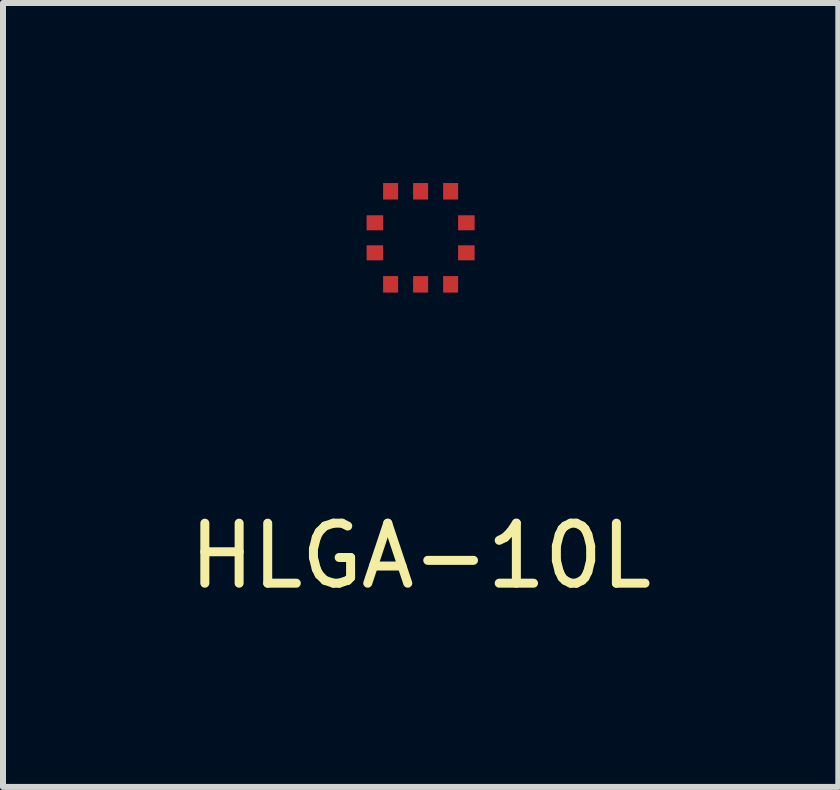
<source format=kicad_pcb>
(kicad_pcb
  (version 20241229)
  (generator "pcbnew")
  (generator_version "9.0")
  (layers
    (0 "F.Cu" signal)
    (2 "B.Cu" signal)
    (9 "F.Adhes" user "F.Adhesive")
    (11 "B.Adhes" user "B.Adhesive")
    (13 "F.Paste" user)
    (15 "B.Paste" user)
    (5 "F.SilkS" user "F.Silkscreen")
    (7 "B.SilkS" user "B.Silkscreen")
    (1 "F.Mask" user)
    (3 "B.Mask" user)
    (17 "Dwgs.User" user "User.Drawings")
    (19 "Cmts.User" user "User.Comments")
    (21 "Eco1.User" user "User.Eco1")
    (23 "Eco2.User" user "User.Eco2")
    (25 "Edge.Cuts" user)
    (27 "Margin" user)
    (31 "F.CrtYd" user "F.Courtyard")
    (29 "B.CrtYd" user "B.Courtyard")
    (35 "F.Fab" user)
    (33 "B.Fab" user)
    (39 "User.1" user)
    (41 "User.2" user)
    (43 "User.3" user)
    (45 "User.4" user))
  (footprint "HLGA-10L"
    (layer "F.Cu")
    (at 3.958 0.912)
    (property "Reference" "HLGA-10L" (at 0 5.3 0) (layer "F.SilkS") (effects (font (size 1 1) (thickness 0.15))))
    (attr through_hole)
    (pad "1" smd rect (at -0.762 -0.25) (size 0.275 0.25) (layers "F.Cu" "F.Mask" "F.Paste"))
    (pad "2" smd rect (at -0.762 0.25) (size 0.275 0.25) (layers "F.Cu" "F.Mask" "F.Paste"))
    (pad "3" smd rect (at -0.5 0.775) (size 0.25 0.275) (layers "F.Cu" "F.Mask" "F.Paste"))
    (pad "4" smd rect (at 0 0.775) (size 0.25 0.275) (layers "F.Cu" "F.Mask" "F.Paste"))
    (pad "5" smd rect (at 0.5 0.775) (size 0.25 0.275) (layers "F.Cu" "F.Mask" "F.Paste"))
    (pad "6" smd rect (at 0.762 0.25) (size 0.275 0.25) (layers "F.Cu" "F.Mask" "F.Paste"))
    (pad "7" smd rect (at 0.762 -0.25) (size 0.275 0.25) (layers "F.Cu" "F.Mask" "F.Paste"))
    (pad "8" smd rect (at 0.5 -0.775) (size 0.25 0.275) (layers "F.Cu" "F.Mask" "F.Paste"))
    (pad "9" smd rect (at 0 -0.775) (size 0.25 0.275) (layers "F.Cu" "F.Mask" "F.Paste"))
    (pad "10" smd rect (at -0.5 -0.775) (size 0.25 0.275) (layers "F.Cu" "F.Mask" "F.Paste")))
  (gr_rect
    (start -3 -3)
    (end 10.917 10.061)
    (stroke (width 0.1) (type default))
    (fill no)
    (layer "Edge.Cuts")))
</source>
